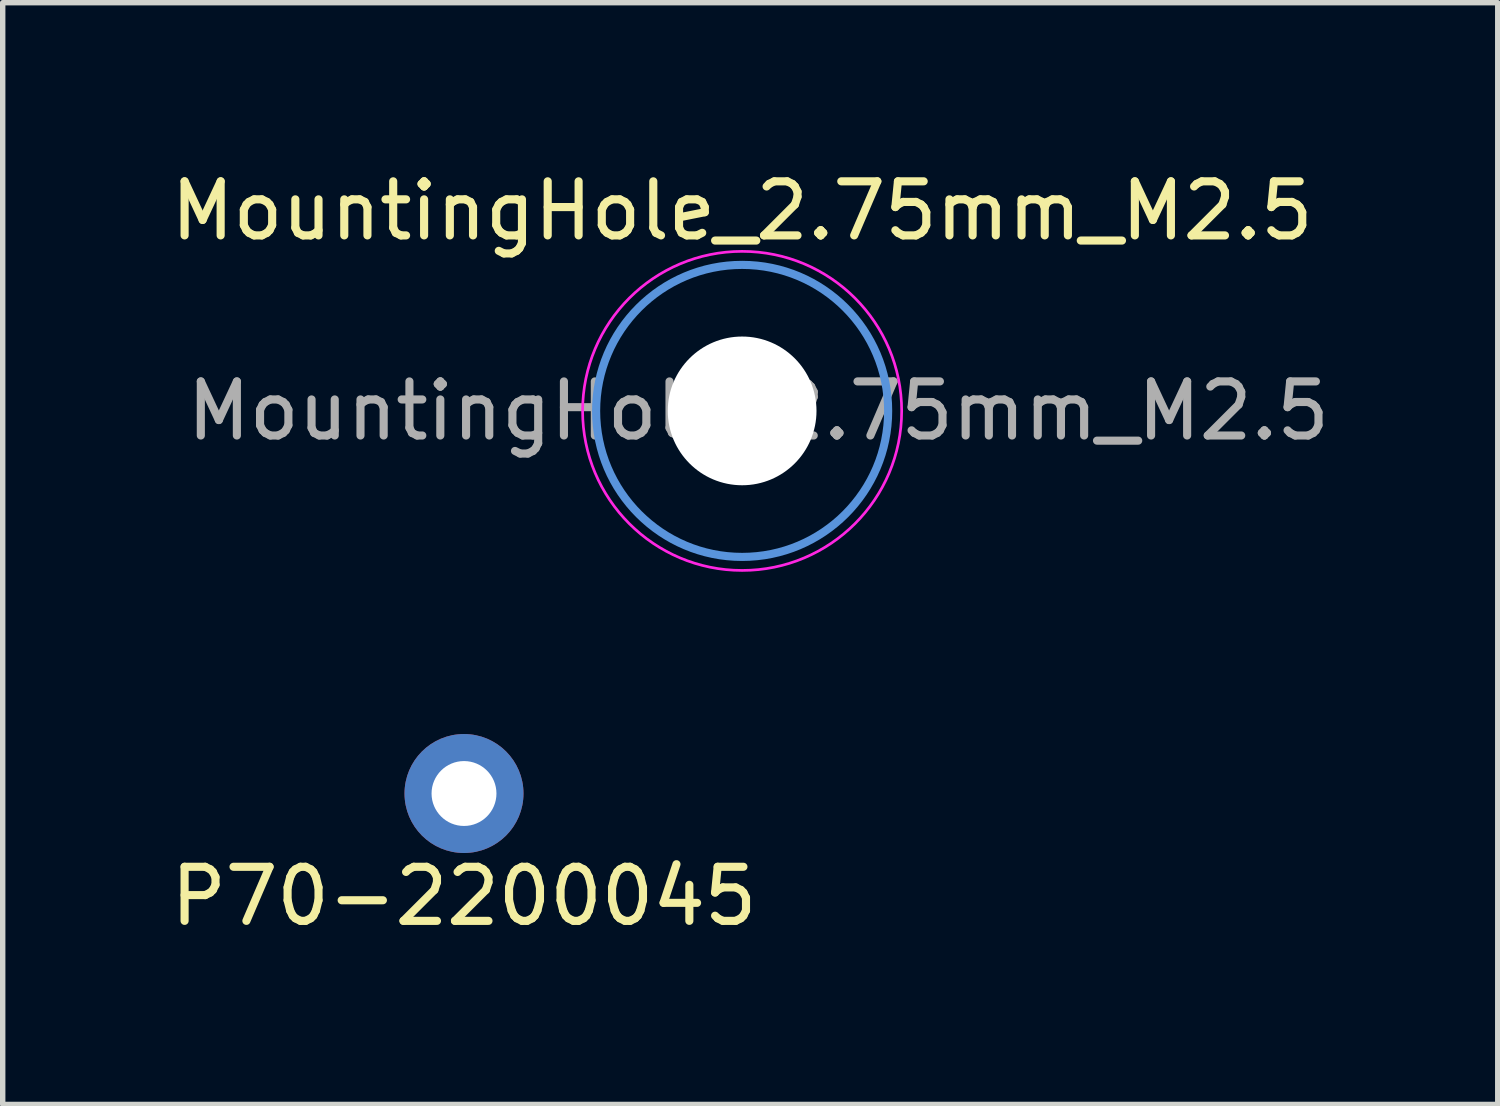
<source format=kicad_pcb>
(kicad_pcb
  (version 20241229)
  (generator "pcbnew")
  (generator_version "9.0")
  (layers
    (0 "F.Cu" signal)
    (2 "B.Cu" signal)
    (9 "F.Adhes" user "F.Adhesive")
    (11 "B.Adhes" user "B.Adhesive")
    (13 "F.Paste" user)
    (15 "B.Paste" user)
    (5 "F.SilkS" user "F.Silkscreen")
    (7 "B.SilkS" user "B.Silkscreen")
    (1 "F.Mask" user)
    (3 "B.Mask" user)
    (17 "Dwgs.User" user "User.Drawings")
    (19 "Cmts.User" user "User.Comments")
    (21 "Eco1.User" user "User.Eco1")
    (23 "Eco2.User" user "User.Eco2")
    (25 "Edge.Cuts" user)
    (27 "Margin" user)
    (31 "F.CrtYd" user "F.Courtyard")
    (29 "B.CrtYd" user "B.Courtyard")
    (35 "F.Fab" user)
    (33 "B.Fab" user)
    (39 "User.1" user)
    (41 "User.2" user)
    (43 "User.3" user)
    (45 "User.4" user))
  (footprint "MountingHole_2.75mm_M2.5"
    (layer "F.Cu")
    (at 10.673 4.548)
    (property "Reference" "MountingHole_2.75mm_M2.5" (at 0 -3.7 0) (layer "F.SilkS") (effects (font (size 1 1) (thickness 0.15))))
    (attr exclude_from_pos_files exclude_from_bom)
    (fp_circle (center 0 0) (end 2.7 0) (stroke (width 0.15) (type solid)) (fill no) (layer "Cmts.User"))
    (fp_circle (center 0 0) (end 2.95 0) (stroke (width 0.05) (type solid)) (fill no) (layer "F.CrtYd"))
    (fp_text user "${REFERENCE}" (at 0.3 0 0) (layer "F.Fab") (effects (font (size 1 1) (thickness 0.15))))
    (pad "" np_thru_hole circle (at 0 0) (size 2.75 2.75) (drill 2.75) (layers "*.Cu" "*.Mask")))
  (footprint "P70-2200045"
    (layer "F.Cu")
    (at 5.53 11.623)
    (property "Reference" "P70-2200045" (at 0 1.9 0) (layer "F.SilkS") (effects (font (size 1 1) (thickness 0.15))))
    (attr through_hole)
    (pad "1" thru_hole circle (at 0 0) (size 2.2 2.2) (drill 1.2) (layers "*.Cu" "*.Mask")))
  (gr_rect
    (start -3 -3)
    (end 24.645 17.372)
    (stroke (width 0.1) (type default))
    (fill no)
    (layer "Edge.Cuts")))
</source>
